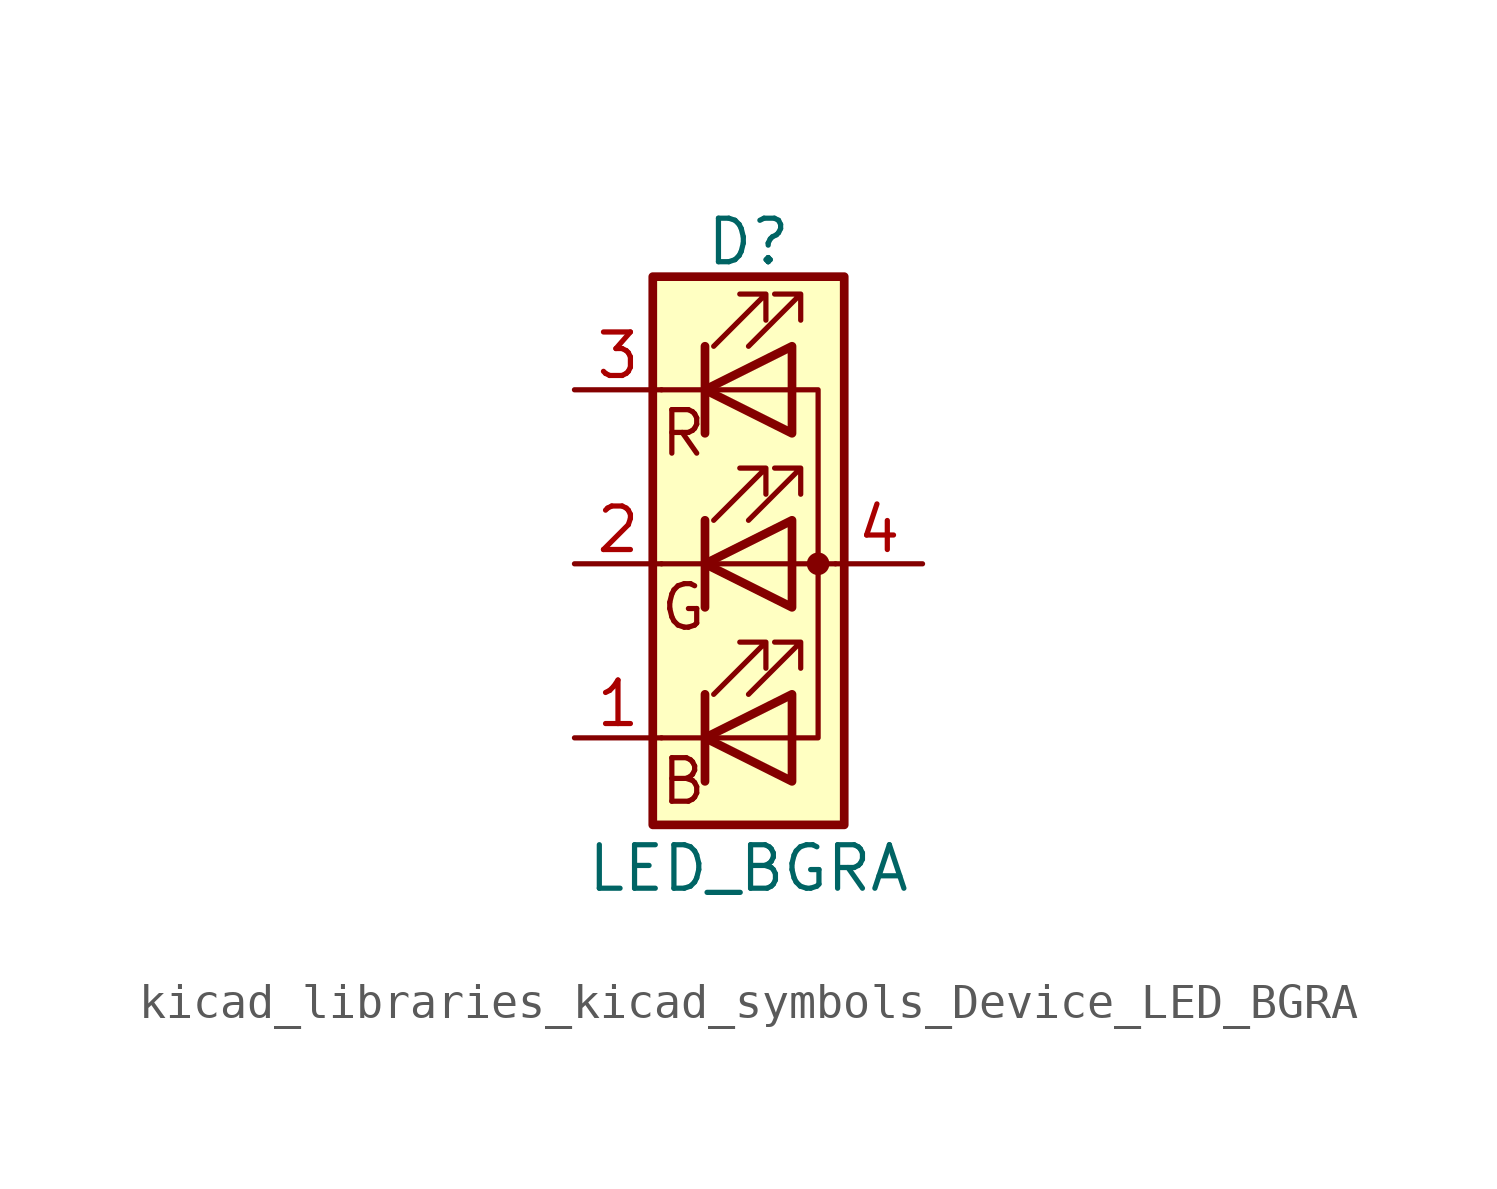
<source format=kicad_sym>
(kicad_symbol_lib
  (version 20220914)
  (generator kicad_symbol_editor)
  (symbol "kicad_libraries_kicad_symbols_Device_LED_BGRA"
    (pin_names
      (offset 0) hide)
    (property "Reference" "D"
      (at 0 9.398 0)
      (effects (font (size 1.27 1.27))))
    (property "Value" "LED_BGRA"
      (at 0 -8.89 0)
      (effects (font (size 1.27 1.27))))
    (symbol "kicad_libraries_kicad_symbols_Device_LED_BGRA_0_0"
      (text "B" (at -1.905 -6.35 0) (effects (font (size 1.27 1.27))))
      (text "G" (at -1.905 -1.27 0) (effects (font (size 1.27 1.27))))
      (text "R" (at -1.905 3.81 0) (effects (font (size 1.27 1.27)))))
    (symbol "kicad_libraries_kicad_symbols_Device_LED_BGRA_0_1"
      (polyline (pts (xy -1.27 -5.08) (xy -2.54 -5.08)) (stroke (width 0) (type default)) (fill (type none)))
      (polyline (pts (xy -1.27 -5.08) (xy 1.27 -5.08)) (stroke (width 0) (type default)) (fill (type none)))
      (polyline (pts (xy -1.27 -3.81) (xy -1.27 -6.35)) (stroke (width 0.254) (type default)) (fill (type none)))
      (polyline (pts (xy -1.27 0) (xy -2.54 0)) (stroke (width 0) (type default)) (fill (type none)))
      (polyline (pts (xy -1.27 1.27) (xy -1.27 -1.27)) (stroke (width 0.254) (type default)) (fill (type none)))
      (polyline (pts (xy -1.27 5.08) (xy -2.54 5.08)) (stroke (width 0) (type default)) (fill (type none)))
      (polyline (pts (xy -1.27 5.08) (xy 1.27 5.08)) (stroke (width 0) (type default)) (fill (type none)))
      (polyline (pts (xy -1.27 6.35) (xy -1.27 3.81)) (stroke (width 0.254) (type default)) (fill (type none)))
      (polyline (pts (xy 1.27 0) (xy -1.27 0)) (stroke (width 0) (type default)) (fill (type none)))
      (polyline (pts (xy 1.27 0) (xy 2.54 0)) (stroke (width 0) (type default)) (fill (type none)))
      (polyline (pts (xy -1.27 1.27) (xy -1.27 -1.27) (xy -1.27 -1.27)) (stroke (width 0) (type default)) (fill (type none)))
      (polyline (pts (xy -1.27 6.35) (xy -1.27 3.81) (xy -1.27 3.81)) (stroke (width 0) (type default)) (fill (type none)))
      (polyline (pts (xy 1.27 -5.08) (xy 2.032 -5.08) (xy 2.032 5.08) (xy 1.27 5.08)) (stroke (width 0) (type default)) (fill (type none)))
      (polyline (pts (xy 1.27 -3.81) (xy 1.27 -6.35) (xy -1.27 -5.08) (xy 1.27 -3.81)) (stroke (width 0.254) (type default)) (fill (type none)))
      (polyline (pts (xy 1.27 1.27) (xy 1.27 -1.27) (xy -1.27 0) (xy 1.27 1.27)) (stroke (width 0.254) (type default)) (fill (type none)))
      (polyline (pts (xy 1.27 6.35) (xy 1.27 3.81) (xy -1.27 5.08) (xy 1.27 6.35)) (stroke (width 0.254) (type default)) (fill (type none)))
      (polyline (pts (xy -1.016 -3.81) (xy 0.508 -2.286) (xy -0.254 -2.286) (xy 0.508 -2.286) (xy 0.508 -3.048)) (stroke (width 0) (type default)) (fill (type none)))
      (polyline (pts (xy -1.016 1.27) (xy 0.508 2.794) (xy -0.254 2.794) (xy 0.508 2.794) (xy 0.508 2.032)) (stroke (width 0) (type default)) (fill (type none)))
      (polyline (pts (xy -1.016 6.35) (xy 0.508 7.874) (xy -0.254 7.874) (xy 0.508 7.874) (xy 0.508 7.112)) (stroke (width 0) (type default)) (fill (type none)))
      (polyline (pts (xy 0 -3.81) (xy 1.524 -2.286) (xy 0.762 -2.286) (xy 1.524 -2.286) (xy 1.524 -3.048)) (stroke (width 0) (type default)) (fill (type none)))
      (polyline (pts (xy 0 1.27) (xy 1.524 2.794) (xy 0.762 2.794) (xy 1.524 2.794) (xy 1.524 2.032)) (stroke (width 0) (type default)) (fill (type none)))
      (polyline (pts (xy 0 6.35) (xy 1.524 7.874) (xy 0.762 7.874) (xy 1.524 7.874) (xy 1.524 7.112)) (stroke (width 0) (type default)) (fill (type none)))
      (rectangle (start 1.27 -1.27) (end 1.27 1.27) (stroke (width 0) (type default)) (fill (type none)))
      (rectangle (start 1.27 1.27) (end 1.27 1.27) (stroke (width 0) (type default)) (fill (type none)))
      (rectangle (start 1.27 3.81) (end 1.27 6.35) (stroke (width 0) (type default)) (fill (type none)))
      (rectangle (start 1.27 6.35) (end 1.27 6.35) (stroke (width 0) (type default)) (fill (type none)))
      (circle (center 2.032 0) (radius 0.254) (stroke (width 0) (type default)) (fill (type outline)))
      (rectangle (start 2.794 8.382) (end -2.794 -7.62) (stroke (width 0.254) (type default)) (fill (type background))))
    (symbol "kicad_libraries_kicad_symbols_Device_LED_BGRA_1_1"
      (pin passive line (at -5.08 -5.08 0) (length 2.54) (name "BK" (effects (font (size 1.27 1.27)))) (number "1" (effects (font (size 1.27 1.27)))))
      (pin passive line (at -5.08 0 0) (length 2.54) (name "GK" (effects (font (size 1.27 1.27)))) (number "2" (effects (font (size 1.27 1.27)))))
      (pin passive line (at -5.08 5.08 0) (length 2.54) (name "RK" (effects (font (size 1.27 1.27)))) (number "3" (effects (font (size 1.27 1.27)))))
      (pin passive line (at 5.08 0 180) (length 2.54) (name "A" (effects (font (size 1.27 1.27)))) (number "4" (effects (font (size 1.27 1.27))))))))
</source>
